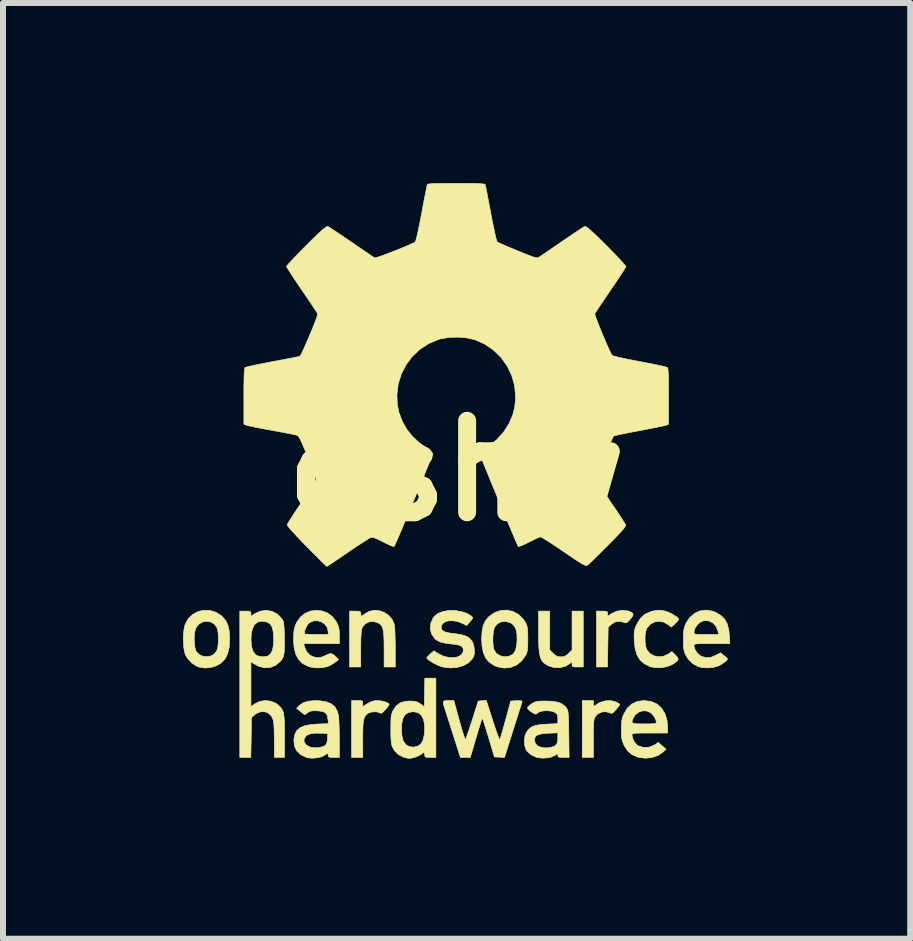
<source format=kicad_pcb>
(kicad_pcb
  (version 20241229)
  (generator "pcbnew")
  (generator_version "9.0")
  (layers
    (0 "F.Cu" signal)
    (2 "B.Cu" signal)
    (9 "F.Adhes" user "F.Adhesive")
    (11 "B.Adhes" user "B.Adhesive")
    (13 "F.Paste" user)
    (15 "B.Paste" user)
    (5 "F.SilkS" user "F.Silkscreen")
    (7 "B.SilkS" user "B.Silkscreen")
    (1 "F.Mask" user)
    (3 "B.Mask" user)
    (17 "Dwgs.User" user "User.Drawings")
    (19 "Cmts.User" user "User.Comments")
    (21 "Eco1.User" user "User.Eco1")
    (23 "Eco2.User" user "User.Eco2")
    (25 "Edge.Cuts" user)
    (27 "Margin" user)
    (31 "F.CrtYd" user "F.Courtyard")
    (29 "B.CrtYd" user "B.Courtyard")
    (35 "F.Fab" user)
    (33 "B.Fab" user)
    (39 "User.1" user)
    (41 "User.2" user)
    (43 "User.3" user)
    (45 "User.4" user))
  (footprint "oshw"
    (layer "F.Cu")
    (at 4.553 4.797)
    (property "Reference" "oshw" (at 0 0 0) (layer "F.SilkS") (effects (font (size 1.524 1.524) (thickness 0.3))))
    (attr through_hole)
    (fp_poly (pts (xy 2.861 2.334) (xy 2.867 2.336) (xy 2.923 2.358) (xy 2.947 2.383) (xy 2.942 2.416) (xy 2.908 2.462) (xy 2.899 2.472) (xy 2.861 2.513) (xy 2.835 2.532) (xy 2.814 2.532) (xy 2.799 2.526) (xy 2.728 2.506) (xy 2.654 2.516) (xy 2.588 2.555) (xy 2.587 2.556) (xy 2.532 2.605) (xy 2.526 2.937) (xy 2.521 3.268) (xy 2.337 3.268) (xy 2.337 2.337) (xy 2.43 2.337) (xy 2.483 2.338) (xy 2.511 2.344) (xy 2.522 2.358) (xy 2.523 2.379) (xy 2.523 2.422) (xy 2.59 2.377) (xy 2.676 2.338) (xy 2.771 2.323) (xy 2.861 2.334)) (stroke (width 0.01) (type solid)) (fill yes) (layer "F.SilkS"))
    (fp_poly (pts (xy 2.286 3.88) (xy 2.288 3.915) (xy 2.297 3.922) (xy 2.316 3.908) (xy 2.397 3.857) (xy 2.491 3.831) (xy 2.587 3.83) (xy 2.669 3.854) (xy 2.706 3.874) (xy 2.725 3.89) (xy 2.726 3.892) (xy 2.716 3.91) (xy 2.69 3.945) (xy 2.662 3.978) (xy 2.624 4.019) (xy 2.599 4.038) (xy 2.577 4.039) (xy 2.562 4.033) (xy 2.492 4.013) (xy 2.42 4.02) (xy 2.356 4.051) (xy 2.314 4.098) (xy 2.304 4.12) (xy 2.296 4.151) (xy 2.291 4.195) (xy 2.288 4.257) (xy 2.286 4.344) (xy 2.286 4.458) (xy 2.286 4.775) (xy 2.1 4.775) (xy 2.1 3.827) (xy 2.286 3.827) (xy 2.286 3.88)) (stroke (width 0.01) (type solid)) (fill yes) (layer "F.SilkS"))
    (fp_poly (pts (xy 1.558 2.984) (xy 1.615 3.041) (xy 1.66 3.079) (xy 1.702 3.096) (xy 1.744 3.099) (xy 1.796 3.094) (xy 1.837 3.073) (xy 1.873 3.041) (xy 1.93 2.984) (xy 1.93 2.337) (xy 2.117 2.337) (xy 2.117 3.268) (xy 2.024 3.268) (xy 1.97 3.267) (xy 1.943 3.261) (xy 1.932 3.247) (xy 1.93 3.223) (xy 1.928 3.193) (xy 1.917 3.191) (xy 1.9 3.206) (xy 1.822 3.255) (xy 1.729 3.279) (xy 1.632 3.278) (xy 1.549 3.253) (xy 1.497 3.226) (xy 1.456 3.196) (xy 1.425 3.158) (xy 1.402 3.108) (xy 1.387 3.042) (xy 1.378 2.955) (xy 1.373 2.844) (xy 1.372 2.703) (xy 1.372 2.684) (xy 1.372 2.337) (xy 1.558 2.337) (xy 1.558 2.984)) (stroke (width 0.01) (type solid)) (fill yes) (layer "F.SilkS"))
    (fp_poly (pts (xy -1.598 3.828) (xy -1.57 3.833) (xy -1.56 3.848) (xy -1.558 3.877) (xy -1.558 3.877) (xy -1.558 3.928) (xy -1.478 3.877) (xy -1.411 3.842) (xy -1.347 3.828) (xy -1.317 3.827) (xy -1.258 3.832) (xy -1.199 3.845) (xy -1.151 3.862) (xy -1.122 3.882) (xy -1.118 3.892) (xy -1.128 3.912) (xy -1.155 3.948) (xy -1.184 3.981) (xy -1.224 4.023) (xy -1.249 4.04) (xy -1.267 4.038) (xy -1.272 4.034) (xy -1.308 4.019) (xy -1.361 4.014) (xy -1.418 4.02) (xy -1.464 4.036) (xy -1.47 4.04) (xy -1.499 4.064) (xy -1.521 4.092) (xy -1.537 4.129) (xy -1.548 4.18) (xy -1.554 4.25) (xy -1.557 4.344) (xy -1.558 4.467) (xy -1.558 4.775) (xy -1.744 4.775) (xy -1.744 3.827) (xy -1.651 3.827) (xy -1.598 3.828)) (stroke (width 0.01) (type solid)) (fill yes) (layer "F.SilkS"))
    (fp_poly (pts (xy -1.285 2.329) (xy -1.2 2.358) (xy -1.125 2.409) (xy -1.066 2.478) (xy -1.034 2.553) (xy -1.028 2.59) (xy -1.023 2.654) (xy -1.02 2.738) (xy -1.017 2.837) (xy -1.016 2.942) (xy -1.016 3.268) (xy -1.202 3.268) (xy -1.202 2.971) (xy -1.203 2.843) (xy -1.207 2.745) (xy -1.215 2.671) (xy -1.227 2.617) (xy -1.246 2.579) (xy -1.271 2.552) (xy -1.302 2.533) (xy -1.377 2.51) (xy -1.45 2.515) (xy -1.514 2.547) (xy -1.561 2.602) (xy -1.568 2.617) (xy -1.577 2.652) (xy -1.584 2.704) (xy -1.589 2.78) (xy -1.591 2.882) (xy -1.592 2.971) (xy -1.592 3.268) (xy -1.778 3.268) (xy -1.778 2.337) (xy -1.685 2.337) (xy -1.632 2.338) (xy -1.604 2.344) (xy -1.593 2.358) (xy -1.592 2.379) (xy -1.587 2.413) (xy -1.572 2.418) (xy -1.54 2.396) (xy -1.534 2.39) (xy -1.458 2.343) (xy -1.373 2.323) (xy -1.285 2.329)) (stroke (width 0.01) (type solid)) (fill yes) (layer "F.SilkS"))
    (fp_poly (pts (xy 3.436 2.326) (xy 3.471 2.334) (xy 3.525 2.351) (xy 3.584 2.378) (xy 3.639 2.409) (xy 3.683 2.44) (xy 3.706 2.466) (xy 3.708 2.473) (xy 3.697 2.493) (xy 3.667 2.525) (xy 3.645 2.547) (xy 3.582 2.604) (xy 3.534 2.564) (xy 3.46 2.521) (xy 3.38 2.507) (xy 3.301 2.519) (xy 3.232 2.557) (xy 3.178 2.619) (xy 3.173 2.628) (xy 3.155 2.686) (xy 3.146 2.764) (xy 3.147 2.848) (xy 3.157 2.924) (xy 3.174 2.978) (xy 3.224 3.04) (xy 3.292 3.081) (xy 3.372 3.097) (xy 3.455 3.088) (xy 3.533 3.052) (xy 3.538 3.049) (xy 3.593 3.01) (xy 3.654 3.07) (xy 3.687 3.108) (xy 3.699 3.138) (xy 3.686 3.165) (xy 3.647 3.197) (xy 3.594 3.229) (xy 3.514 3.262) (xy 3.417 3.279) (xy 3.319 3.28) (xy 3.234 3.263) (xy 3.23 3.262) (xy 3.134 3.214) (xy 3.062 3.15) (xy 3.011 3.066) (xy 2.98 2.959) (xy 2.966 2.825) (xy 2.966 2.822) (xy 2.964 2.744) (xy 2.966 2.688) (xy 2.973 2.645) (xy 2.987 2.603) (xy 3.011 2.552) (xy 3.012 2.549) (xy 3.071 2.455) (xy 3.144 2.389) (xy 3.237 2.347) (xy 3.289 2.333) (xy 3.367 2.322) (xy 3.436 2.326)) (stroke (width 0.01) (type solid)) (fill yes) (layer "F.SilkS"))
    (fp_poly (pts (xy 0.946 2.343) (xy 1.038 2.392) (xy 1.116 2.468) (xy 1.156 2.53) (xy 1.172 2.565) (xy 1.183 2.602) (xy 1.189 2.649) (xy 1.192 2.715) (xy 1.193 2.802) (xy 1.192 2.893) (xy 1.189 2.958) (xy 1.183 3.005) (xy 1.172 3.041) (xy 1.157 3.073) (xy 1.089 3.168) (xy 1.003 3.236) (xy 0.905 3.276) (xy 0.798 3.286) (xy 0.688 3.266) (xy 0.632 3.242) (xy 0.55 3.189) (xy 0.49 3.118) (xy 0.45 3.027) (xy 0.429 2.913) (xy 0.425 2.831) (xy 0.61 2.831) (xy 0.615 2.91) (xy 0.626 2.972) (xy 0.629 2.979) (xy 0.666 3.038) (xy 0.724 3.078) (xy 0.795 3.097) (xy 0.87 3.091) (xy 0.905 3.079) (xy 0.952 3.047) (xy 0.984 2.997) (xy 1.004 2.924) (xy 1.013 2.84) (xy 1.012 2.723) (xy 0.993 2.633) (xy 0.955 2.569) (xy 0.907 2.533) (xy 0.827 2.51) (xy 0.751 2.515) (xy 0.687 2.547) (xy 0.641 2.602) (xy 0.634 2.617) (xy 0.62 2.672) (xy 0.612 2.747) (xy 0.61 2.831) (xy 0.425 2.831) (xy 0.423 2.801) (xy 0.43 2.678) (xy 0.449 2.579) (xy 0.485 2.5) (xy 0.539 2.434) (xy 0.549 2.425) (xy 0.641 2.36) (xy 0.742 2.326) (xy 0.845 2.32) (xy 0.946 2.343)) (stroke (width 0.01) (type solid)) (fill yes) (layer "F.SilkS"))
    (fp_poly (pts (xy -4.104 2.325) (xy -4.005 2.356) (xy -3.913 2.414) (xy -3.901 2.425) (xy -3.845 2.49) (xy -3.806 2.567) (xy -3.784 2.662) (xy -3.776 2.782) (xy -3.776 2.801) (xy -3.784 2.938) (xy -3.809 3.047) (xy -3.853 3.134) (xy -3.917 3.2) (xy -3.985 3.242) (xy -4.081 3.275) (xy -4.185 3.285) (xy -4.283 3.27) (xy -4.318 3.258) (xy -4.407 3.202) (xy -4.481 3.119) (xy -4.509 3.073) (xy -4.529 3.014) (xy -4.542 2.931) (xy -4.548 2.835) (xy -4.547 2.777) (xy -4.367 2.777) (xy -4.365 2.86) (xy -4.356 2.937) (xy -4.339 2.997) (xy -4.33 3.015) (xy -4.273 3.069) (xy -4.201 3.095) (xy -4.122 3.094) (xy -4.062 3.072) (xy -4.019 3.037) (xy -3.987 2.989) (xy -3.986 2.988) (xy -3.972 2.93) (xy -3.964 2.852) (xy -3.964 2.766) (xy -3.97 2.686) (xy -3.984 2.624) (xy -3.986 2.617) (xy -4.027 2.557) (xy -4.085 2.52) (xy -4.151 2.507) (xy -4.219 2.516) (xy -4.281 2.548) (xy -4.329 2.602) (xy -4.345 2.634) (xy -4.36 2.698) (xy -4.367 2.777) (xy -4.547 2.777) (xy -4.547 2.736) (xy -4.537 2.643) (xy -4.521 2.567) (xy -4.516 2.554) (xy -4.464 2.461) (xy -4.391 2.391) (xy -4.303 2.344) (xy -4.205 2.322) (xy -4.104 2.325)) (stroke (width 0.01) (type solid)) (fill yes) (layer "F.SilkS"))
    (fp_poly (pts (xy -2.236 2.334) (xy -2.144 2.369) (xy -2.064 2.428) (xy -2 2.511) (xy -1.995 2.521) (xy -1.969 2.576) (xy -1.955 2.626) (xy -1.948 2.685) (xy -1.947 2.745) (xy -1.947 2.879) (xy -2.541 2.879) (xy -2.53 2.925) (xy -2.496 3.01) (xy -2.44 3.069) (xy -2.401 3.09) (xy -2.335 3.111) (xy -2.278 3.112) (xy -2.216 3.093) (xy -2.176 3.074) (xy -2.119 3.049) (xy -2.078 3.046) (xy -2.04 3.066) (xy -2.001 3.104) (xy -1.962 3.146) (xy -2.022 3.192) (xy -2.077 3.228) (xy -2.135 3.257) (xy -2.146 3.261) (xy -2.224 3.278) (xy -2.315 3.283) (xy -2.404 3.275) (xy -2.457 3.262) (xy -2.553 3.214) (xy -2.625 3.145) (xy -2.675 3.054) (xy -2.703 2.939) (xy -2.711 2.819) (xy -2.709 2.724) (xy -2.707 2.699) (xy -2.531 2.699) (xy -2.529 2.714) (xy -2.51 2.719) (xy -2.464 2.723) (xy -2.398 2.725) (xy -2.327 2.726) (xy -2.134 2.726) (xy -2.134 2.682) (xy -2.149 2.613) (xy -2.188 2.556) (xy -2.246 2.517) (xy -2.313 2.497) (xy -2.383 2.501) (xy -2.449 2.532) (xy -2.455 2.536) (xy -2.48 2.567) (xy -2.504 2.612) (xy -2.523 2.66) (xy -2.531 2.699) (xy -2.707 2.699) (xy -2.702 2.652) (xy -2.687 2.591) (xy -2.663 2.532) (xy -2.657 2.521) (xy -2.597 2.436) (xy -2.519 2.374) (xy -2.429 2.336) (xy -2.333 2.323) (xy -2.236 2.334)) (stroke (width 0.01) (type solid)) (fill yes) (layer "F.SilkS"))
    (fp_poly (pts (xy -0.339 4.775) (xy -0.432 4.775) (xy -0.485 4.774) (xy -0.513 4.768) (xy -0.523 4.754) (xy -0.525 4.733) (xy -0.529 4.699) (xy -0.546 4.694) (xy -0.578 4.718) (xy -0.623 4.746) (xy -0.686 4.772) (xy -0.75 4.788) (xy -0.779 4.791) (xy -0.823 4.785) (xy -0.877 4.771) (xy -0.886 4.767) (xy -0.973 4.721) (xy -1.037 4.65) (xy -1.06 4.608) (xy -1.073 4.575) (xy -1.082 4.532) (xy -1.087 4.473) (xy -1.09 4.391) (xy -1.09 4.312) (xy -0.912 4.312) (xy -0.905 4.412) (xy -0.885 4.495) (xy -0.878 4.51) (xy -0.837 4.564) (xy -0.776 4.596) (xy -0.706 4.604) (xy -0.634 4.584) (xy -0.629 4.582) (xy -0.583 4.544) (xy -0.552 4.483) (xy -0.533 4.396) (xy -0.529 4.366) (xy -0.527 4.242) (xy -0.544 4.144) (xy -0.581 4.073) (xy -0.637 4.029) (xy -0.713 4.013) (xy -0.72 4.013) (xy -0.796 4.026) (xy -0.852 4.063) (xy -0.889 4.128) (xy -0.907 4.207) (xy -0.912 4.312) (xy -1.09 4.312) (xy -1.09 4.31) (xy -1.09 4.212) (xy -1.088 4.141) (xy -1.084 4.09) (xy -1.076 4.051) (xy -1.063 4.017) (xy -1.054 3.996) (xy -1.002 3.918) (xy -0.935 3.866) (xy -0.849 3.84) (xy -0.778 3.835) (xy -0.711 3.838) (xy -0.663 3.847) (xy -0.623 3.866) (xy -0.599 3.882) (xy -0.533 3.929) (xy -0.529 3.692) (xy -0.524 3.454) (xy -0.339 3.454) (xy -0.339 4.775)) (stroke (width 0.01) (type solid)) (fill yes) (layer "F.SilkS"))
    (fp_poly (pts (xy -0.015 2.327) (xy 0.089 2.345) (xy 0.184 2.378) (xy 0.257 2.424) (xy 0.272 2.44) (xy 0.271 2.458) (xy 0.251 2.487) (xy 0.23 2.512) (xy 0.175 2.577) (xy 0.108 2.543) (xy 0.024 2.511) (xy -0.058 2.497) (xy -0.134 2.5) (xy -0.195 2.52) (xy -0.236 2.557) (xy -0.247 2.583) (xy -0.25 2.627) (xy -0.229 2.66) (xy -0.184 2.685) (xy -0.11 2.702) (xy -0.033 2.711) (xy 0.085 2.729) (xy 0.174 2.758) (xy 0.236 2.801) (xy 0.277 2.862) (xy 0.298 2.943) (xy 0.301 2.976) (xy 0.303 3.039) (xy 0.294 3.083) (xy 0.273 3.124) (xy 0.268 3.133) (xy 0.204 3.198) (xy 0.118 3.246) (xy 0.016 3.275) (xy -0.095 3.284) (xy -0.206 3.272) (xy -0.266 3.255) (xy -0.326 3.23) (xy -0.386 3.199) (xy -0.439 3.166) (xy -0.477 3.138) (xy -0.491 3.117) (xy -0.491 3.117) (xy -0.479 3.098) (xy -0.45 3.067) (xy -0.432 3.05) (xy -0.372 2.998) (xy -0.294 3.048) (xy -0.214 3.087) (xy -0.132 3.108) (xy -0.052 3.113) (xy 0.019 3.101) (xy 0.074 3.074) (xy 0.109 3.032) (xy 0.119 2.99) (xy 0.111 2.948) (xy 0.083 2.919) (xy 0.032 2.9) (xy -0.047 2.888) (xy -0.054 2.888) (xy -0.162 2.875) (xy -0.243 2.858) (xy -0.302 2.835) (xy -0.347 2.805) (xy -0.357 2.795) (xy -0.409 2.721) (xy -0.433 2.636) (xy -0.426 2.547) (xy -0.39 2.461) (xy -0.362 2.422) (xy -0.301 2.374) (xy -0.217 2.342) (xy -0.12 2.326) (xy -0.015 2.327)) (stroke (width 0.01) (type solid)) (fill yes) (layer "F.SilkS"))
    (fp_poly (pts (xy -2.288 3.83) (xy -2.172 3.846) (xy -2.084 3.881) (xy -2.02 3.935) (xy -1.979 4.011) (xy -1.963 4.076) (xy -1.958 4.119) (xy -1.954 4.189) (xy -1.951 4.279) (xy -1.949 4.38) (xy -1.948 4.466) (xy -1.947 4.775) (xy -2.04 4.775) (xy -2.094 4.774) (xy -2.122 4.767) (xy -2.133 4.753) (xy -2.134 4.741) (xy -2.136 4.715) (xy -2.149 4.711) (xy -2.178 4.727) (xy -2.2 4.743) (xy -2.25 4.766) (xy -2.32 4.781) (xy -2.397 4.788) (xy -2.466 4.783) (xy -2.492 4.777) (xy -2.588 4.731) (xy -2.657 4.668) (xy -2.696 4.587) (xy -2.706 4.49) (xy -2.706 4.477) (xy -2.704 4.468) (xy -2.536 4.468) (xy -2.535 4.517) (xy -2.506 4.561) (xy -2.452 4.595) (xy -2.418 4.606) (xy -2.352 4.614) (xy -2.282 4.61) (xy -2.22 4.595) (xy -2.179 4.573) (xy -2.154 4.526) (xy -2.145 4.46) (xy -2.142 4.377) (xy -2.252 4.372) (xy -2.356 4.371) (xy -2.432 4.382) (xy -2.486 4.404) (xy -2.507 4.421) (xy -2.536 4.468) (xy -2.704 4.468) (xy -2.69 4.393) (xy -2.658 4.328) (xy -2.605 4.281) (xy -2.529 4.248) (xy -2.426 4.228) (xy -2.314 4.219) (xy -2.13 4.212) (xy -2.138 4.136) (xy -2.15 4.075) (xy -2.175 4.036) (xy -2.218 4.013) (xy -2.286 4.001) (xy -2.313 3.999) (xy -2.378 3.997) (xy -2.422 4.002) (xy -2.455 4.016) (xy -2.474 4.029) (xy -2.524 4.066) (xy -2.592 4.012) (xy -2.661 3.958) (xy -2.616 3.911) (xy -2.55 3.864) (xy -2.46 3.837) (xy -2.344 3.828) (xy -2.288 3.83)) (stroke (width 0.01) (type solid)) (fill yes) (layer "F.SilkS"))
    (fp_poly (pts (xy 4.274 2.338) (xy 4.318 2.355) (xy 4.408 2.407) (xy 4.474 2.472) (xy 4.518 2.555) (xy 4.543 2.661) (xy 4.551 2.738) (xy 4.56 2.879) (xy 4.261 2.879) (xy 4.154 2.879) (xy 4.076 2.879) (xy 4.023 2.881) (xy 3.99 2.885) (xy 3.972 2.891) (xy 3.964 2.9) (xy 3.962 2.913) (xy 3.962 2.917) (xy 3.977 2.974) (xy 4.013 3.031) (xy 4.063 3.077) (xy 4.089 3.091) (xy 4.166 3.113) (xy 4.239 3.108) (xy 4.32 3.076) (xy 4.325 3.073) (xy 4.404 3.031) (xy 4.463 3.078) (xy 4.498 3.108) (xy 4.519 3.129) (xy 4.521 3.134) (xy 4.507 3.157) (xy 4.472 3.188) (xy 4.423 3.221) (xy 4.369 3.25) (xy 4.287 3.274) (xy 4.191 3.283) (xy 4.095 3.277) (xy 4.034 3.262) (xy 3.943 3.212) (xy 3.866 3.137) (xy 3.825 3.07) (xy 3.806 3.027) (xy 3.794 2.984) (xy 3.787 2.932) (xy 3.785 2.86) (xy 3.785 2.811) (xy 3.786 2.726) (xy 3.788 2.691) (xy 3.962 2.691) (xy 3.964 2.706) (xy 3.973 2.716) (xy 3.995 2.722) (xy 4.035 2.725) (xy 4.1 2.726) (xy 4.168 2.726) (xy 4.373 2.726) (xy 4.362 2.672) (xy 4.332 2.594) (xy 4.28 2.536) (xy 4.213 2.501) (xy 4.136 2.495) (xy 4.123 2.497) (xy 4.064 2.523) (xy 4.011 2.572) (xy 3.974 2.634) (xy 3.962 2.691) (xy 3.788 2.691) (xy 3.79 2.665) (xy 3.799 2.617) (xy 3.814 2.572) (xy 3.829 2.538) (xy 3.89 2.444) (xy 3.97 2.375) (xy 4.064 2.333) (xy 4.167 2.32) (xy 4.274 2.338)) (stroke (width 0.01) (type solid)) (fill yes) (layer "F.SilkS"))
    (fp_poly (pts (xy 0.608 4.158) (xy 0.64 4.257) (xy 0.669 4.343) (xy 0.694 4.412) (xy 0.713 4.459) (xy 0.724 4.479) (xy 0.725 4.479) (xy 0.733 4.46) (xy 0.747 4.414) (xy 0.768 4.345) (xy 0.792 4.259) (xy 0.819 4.161) (xy 0.822 4.152) (xy 0.908 3.835) (xy 1.007 3.83) (xy 1.063 3.829) (xy 1.092 3.834) (xy 1.098 3.846) (xy 1.098 3.847) (xy 1.091 3.869) (xy 1.075 3.918) (xy 1.052 3.991) (xy 1.023 4.083) (xy 0.989 4.19) (xy 0.952 4.308) (xy 0.947 4.323) (xy 0.804 4.776) (xy 0.72 4.771) (xy 0.636 4.767) (xy 0.54 4.448) (xy 0.51 4.35) (xy 0.483 4.263) (xy 0.461 4.193) (xy 0.445 4.145) (xy 0.437 4.123) (xy 0.437 4.122) (xy 0.429 4.135) (xy 0.415 4.174) (xy 0.395 4.235) (xy 0.372 4.31) (xy 0.366 4.331) (xy 0.338 4.424) (xy 0.31 4.518) (xy 0.286 4.601) (xy 0.268 4.661) (xy 0.234 4.775) (xy 0.069 4.775) (xy -0.051 4.398) (xy -0.087 4.287) (xy -0.12 4.181) (xy -0.15 4.088) (xy -0.174 4.013) (xy -0.191 3.961) (xy -0.196 3.947) (xy -0.214 3.886) (xy -0.217 3.85) (xy -0.202 3.833) (xy -0.164 3.827) (xy -0.13 3.827) (xy -0.039 3.827) (xy 0.051 4.158) (xy 0.079 4.257) (xy 0.104 4.343) (xy 0.126 4.411) (xy 0.143 4.457) (xy 0.152 4.475) (xy 0.154 4.475) (xy 0.163 4.456) (xy 0.18 4.409) (xy 0.204 4.34) (xy 0.232 4.255) (xy 0.264 4.158) (xy 0.267 4.149) (xy 0.367 3.835) (xy 0.434 3.83) (xy 0.501 3.825) (xy 0.608 4.158)) (stroke (width 0.01) (type solid)) (fill yes) (layer "F.SilkS"))
    (fp_poly (pts (xy 3.247 3.842) (xy 3.344 3.885) (xy 3.422 3.954) (xy 3.479 4.046) (xy 3.513 4.16) (xy 3.522 4.27) (xy 3.522 4.369) (xy 3.226 4.369) (xy 3.119 4.369) (xy 3.042 4.37) (xy 2.989 4.372) (xy 2.956 4.376) (xy 2.938 4.382) (xy 2.931 4.391) (xy 2.929 4.403) (xy 2.929 4.404) (xy 2.941 4.461) (xy 2.971 4.52) (xy 3.01 4.566) (xy 3.029 4.58) (xy 3.118 4.608) (xy 3.21 4.605) (xy 3.295 4.572) (xy 3.307 4.565) (xy 3.367 4.524) (xy 3.432 4.582) (xy 3.497 4.639) (xy 3.442 4.689) (xy 3.361 4.743) (xy 3.261 4.777) (xy 3.152 4.788) (xy 3.043 4.774) (xy 3.02 4.768) (xy 2.929 4.728) (xy 2.859 4.67) (xy 2.804 4.586) (xy 2.799 4.576) (xy 2.777 4.527) (xy 2.763 4.483) (xy 2.755 4.434) (xy 2.752 4.369) (xy 2.752 4.31) (xy 2.754 4.223) (xy 2.757 4.181) (xy 2.929 4.181) (xy 2.938 4.2) (xy 2.968 4.211) (xy 3.022 4.215) (xy 3.105 4.216) (xy 3.133 4.216) (xy 3.22 4.216) (xy 3.279 4.214) (xy 3.314 4.209) (xy 3.331 4.201) (xy 3.336 4.19) (xy 3.336 4.19) (xy 3.324 4.143) (xy 3.293 4.088) (xy 3.251 4.04) (xy 3.241 4.032) (xy 3.178 4.002) (xy 3.107 3.999) (xy 3.039 4.021) (xy 2.983 4.066) (xy 2.955 4.108) (xy 2.936 4.151) (xy 2.929 4.181) (xy 2.757 4.181) (xy 2.759 4.16) (xy 2.77 4.109) (xy 2.788 4.062) (xy 2.791 4.056) (xy 2.85 3.955) (xy 2.924 3.885) (xy 3.014 3.843) (xy 3.123 3.828) (xy 3.133 3.828) (xy 3.247 3.842)) (stroke (width 0.01) (type solid)) (fill yes) (layer "F.SilkS"))
    (fp_poly (pts (xy 1.611 3.84) (xy 1.699 3.856) (xy 1.765 3.884) (xy 1.817 3.927) (xy 1.836 3.951) (xy 1.847 3.968) (xy 1.856 3.989) (xy 1.863 4.017) (xy 1.867 4.058) (xy 1.871 4.116) (xy 1.873 4.196) (xy 1.875 4.301) (xy 1.876 4.387) (xy 1.881 4.775) (xy 1.787 4.775) (xy 1.733 4.774) (xy 1.705 4.768) (xy 1.694 4.754) (xy 1.693 4.741) (xy 1.692 4.719) (xy 1.682 4.717) (xy 1.655 4.735) (xy 1.645 4.742) (xy 1.591 4.767) (xy 1.517 4.782) (xy 1.436 4.787) (xy 1.36 4.779) (xy 1.338 4.773) (xy 1.254 4.735) (xy 1.188 4.68) (xy 1.16 4.639) (xy 1.139 4.57) (xy 1.135 4.49) (xy 1.304 4.49) (xy 1.319 4.545) (xy 1.361 4.585) (xy 1.424 4.61) (xy 1.503 4.617) (xy 1.583 4.606) (xy 1.641 4.585) (xy 1.676 4.55) (xy 1.691 4.494) (xy 1.693 4.448) (xy 1.693 4.365) (xy 1.533 4.372) (xy 1.438 4.379) (xy 1.371 4.394) (xy 1.33 4.417) (xy 1.309 4.451) (xy 1.304 4.49) (xy 1.135 4.49) (xy 1.135 4.489) (xy 1.147 4.409) (xy 1.173 4.351) (xy 1.213 4.301) (xy 1.259 4.265) (xy 1.319 4.242) (xy 1.398 4.228) (xy 1.504 4.22) (xy 1.51 4.22) (xy 1.693 4.212) (xy 1.693 4.142) (xy 1.69 4.094) (xy 1.683 4.059) (xy 1.68 4.054) (xy 1.641 4.022) (xy 1.581 4.003) (xy 1.511 3.996) (xy 1.44 4.001) (xy 1.379 4.018) (xy 1.338 4.048) (xy 1.335 4.052) (xy 1.317 4.053) (xy 1.284 4.037) (xy 1.245 4.012) (xy 1.21 3.983) (xy 1.188 3.958) (xy 1.186 3.95) (xy 1.199 3.929) (xy 1.232 3.9) (xy 1.256 3.882) (xy 1.291 3.861) (xy 1.324 3.847) (xy 1.363 3.839) (xy 1.419 3.836) (xy 1.497 3.835) (xy 1.611 3.84)) (stroke (width 0.01) (type solid)) (fill yes) (layer "F.SilkS"))
    (fp_poly (pts (xy -3.072 2.34) (xy -2.985 2.384) (xy -2.919 2.448) (xy -2.9 2.474) (xy -2.886 2.499) (xy -2.877 2.528) (xy -2.872 2.569) (xy -2.868 2.628) (xy -2.865 2.712) (xy -2.864 2.756) (xy -2.862 2.874) (xy -2.863 2.964) (xy -2.868 3.031) (xy -2.877 3.081) (xy -2.892 3.12) (xy -2.913 3.153) (xy -2.924 3.167) (xy -3.002 3.235) (xy -3.091 3.274) (xy -3.188 3.282) (xy -3.287 3.26) (xy -3.382 3.207) (xy -3.421 3.179) (xy -3.421 3.93) (xy -3.361 3.885) (xy -3.279 3.843) (xy -3.186 3.827) (xy -3.092 3.837) (xy -3.005 3.873) (xy -2.969 3.899) (xy -2.936 3.931) (xy -2.91 3.962) (xy -2.891 3.997) (xy -2.878 4.042) (xy -2.869 4.101) (xy -2.864 4.18) (xy -2.862 4.283) (xy -2.862 4.414) (xy -2.862 4.419) (xy -2.862 4.775) (xy -3.031 4.775) (xy -3.031 4.5) (xy -3.033 4.401) (xy -3.035 4.309) (xy -3.039 4.231) (xy -3.044 4.176) (xy -3.048 4.157) (xy -3.079 4.086) (xy -3.13 4.037) (xy -3.195 4.013) (xy -3.265 4.015) (xy -3.335 4.045) (xy -3.357 4.063) (xy -3.412 4.112) (xy -3.417 4.444) (xy -3.423 4.775) (xy -3.607 4.775) (xy -3.607 2.816) (xy -3.42 2.816) (xy -3.411 2.928) (xy -3.384 3.012) (xy -3.338 3.068) (xy -3.334 3.071) (xy -3.283 3.091) (xy -3.218 3.098) (xy -3.156 3.091) (xy -3.132 3.081) (xy -3.09 3.045) (xy -3.062 2.985) (xy -3.046 2.9) (xy -3.042 2.802) (xy -3.048 2.692) (xy -3.065 2.61) (xy -3.098 2.554) (xy -3.147 2.521) (xy -3.214 2.507) (xy -3.242 2.506) (xy -3.31 2.52) (xy -3.362 2.561) (xy -3.397 2.631) (xy -3.417 2.729) (xy -3.42 2.816) (xy -3.607 2.816) (xy -3.607 2.337) (xy -3.514 2.337) (xy -3.46 2.338) (xy -3.433 2.344) (xy -3.422 2.358) (xy -3.421 2.379) (xy -3.421 2.422) (xy -3.355 2.379) (xy -3.264 2.337) (xy -3.167 2.324) (xy -3.072 2.34)) (stroke (width 0.01) (type solid)) (fill yes) (layer "F.SilkS"))
    (fp_poly (pts (xy 0.147 -4.792) (xy 0.263 -4.791) (xy 0.352 -4.789) (xy 0.415 -4.785) (xy 0.456 -4.781) (xy 0.478 -4.776) (xy 0.483 -4.771) (xy 0.488 -4.749) (xy 0.499 -4.699) (xy 0.513 -4.624) (xy 0.531 -4.53) (xy 0.552 -4.42) (xy 0.575 -4.3) (xy 0.576 -4.293) (xy 0.599 -4.172) (xy 0.622 -4.062) (xy 0.642 -3.967) (xy 0.659 -3.892) (xy 0.673 -3.84) (xy 0.682 -3.817) (xy 0.682 -3.817) (xy 0.703 -3.805) (xy 0.751 -3.783) (xy 0.82 -3.753) (xy 0.906 -3.716) (xy 1.002 -3.676) (xy 1.022 -3.668) (xy 1.13 -3.624) (xy 1.211 -3.592) (xy 1.27 -3.57) (xy 1.311 -3.557) (xy 1.34 -3.552) (xy 1.36 -3.553) (xy 1.376 -3.56) (xy 1.386 -3.566) (xy 1.412 -3.584) (xy 1.462 -3.617) (xy 1.531 -3.664) (xy 1.614 -3.721) (xy 1.707 -3.784) (xy 1.773 -3.83) (xy 1.869 -3.895) (xy 1.957 -3.955) (xy 2.033 -4.005) (xy 2.092 -4.044) (xy 2.131 -4.068) (xy 2.143 -4.075) (xy 2.16 -4.071) (xy 2.19 -4.05) (xy 2.237 -4.011) (xy 2.301 -3.952) (xy 2.385 -3.871) (xy 2.49 -3.767) (xy 2.499 -3.758) (xy 2.586 -3.671) (xy 2.663 -3.591) (xy 2.73 -3.521) (xy 2.781 -3.465) (xy 2.815 -3.426) (xy 2.828 -3.408) (xy 2.828 -3.407) (xy 2.819 -3.388) (xy 2.793 -3.344) (xy 2.752 -3.281) (xy 2.7 -3.202) (xy 2.639 -3.11) (xy 2.574 -3.015) (xy 2.506 -2.915) (xy 2.444 -2.823) (xy 2.39 -2.744) (xy 2.349 -2.681) (xy 2.321 -2.638) (xy 2.31 -2.619) (xy 2.314 -2.597) (xy 2.329 -2.55) (xy 2.354 -2.484) (xy 2.385 -2.403) (xy 2.421 -2.314) (xy 2.46 -2.223) (xy 2.498 -2.134) (xy 2.533 -2.054) (xy 2.564 -1.989) (xy 2.587 -1.943) (xy 2.6 -1.924) (xy 2.621 -1.915) (xy 2.672 -1.902) (xy 2.746 -1.885) (xy 2.84 -1.865) (xy 2.949 -1.843) (xy 3.059 -1.822) (xy 3.177 -1.799) (xy 3.285 -1.778) (xy 3.377 -1.759) (xy 3.45 -1.743) (xy 3.499 -1.73) (xy 3.518 -1.723) (xy 3.525 -1.709) (xy 3.53 -1.677) (xy 3.534 -1.624) (xy 3.537 -1.547) (xy 3.538 -1.443) (xy 3.539 -1.309) (xy 3.539 -1.242) (xy 3.539 -0.778) (xy 3.501 -0.762) (xy 3.474 -0.755) (xy 3.419 -0.742) (xy 3.341 -0.726) (xy 3.244 -0.707) (xy 3.135 -0.686) (xy 3.05 -0.67) (xy 2.935 -0.648) (xy 2.832 -0.628) (xy 2.744 -0.61) (xy 2.677 -0.595) (xy 2.634 -0.584) (xy 2.622 -0.58) (xy 2.61 -0.558) (xy 2.589 -0.511) (xy 2.56 -0.444) (xy 2.526 -0.362) (xy 2.489 -0.271) (xy 2.452 -0.176) (xy 2.416 -0.085) (xy 2.385 -0.002) (xy 2.36 0.068) (xy 2.343 0.117) (xy 2.337 0.141) (xy 2.346 0.164) (xy 2.372 0.21) (xy 2.412 0.275) (xy 2.464 0.356) (xy 2.525 0.447) (xy 2.576 0.523) (xy 2.643 0.62) (xy 2.703 0.71) (xy 2.753 0.787) (xy 2.792 0.848) (xy 2.817 0.888) (xy 2.824 0.903) (xy 2.819 0.92) (xy 2.798 0.952) (xy 2.758 1) (xy 2.698 1.065) (xy 2.617 1.15) (xy 2.521 1.247) (xy 2.436 1.332) (xy 2.357 1.41) (xy 2.289 1.477) (xy 2.234 1.529) (xy 2.196 1.564) (xy 2.18 1.577) (xy 2.165 1.579) (xy 2.142 1.571) (xy 2.105 1.553) (xy 2.053 1.522) (xy 1.982 1.476) (xy 1.89 1.414) (xy 1.791 1.347) (xy 1.693 1.28) (xy 1.603 1.22) (xy 1.525 1.17) (xy 1.463 1.131) (xy 1.421 1.107) (xy 1.405 1.101) (xy 1.379 1.108) (xy 1.331 1.129) (xy 1.268 1.159) (xy 1.212 1.187) (xy 1.143 1.222) (xy 1.085 1.247) (xy 1.047 1.259) (xy 1.033 1.259) (xy 1.024 1.241) (xy 1.004 1.196) (xy 0.974 1.127) (xy 0.936 1.037) (xy 0.891 0.931) (xy 0.841 0.812) (xy 0.787 0.684) (xy 0.732 0.55) (xy 0.675 0.414) (xy 0.62 0.281) (xy 0.567 0.153) (xy 0.519 0.034) (xy 0.476 -0.071) (xy 0.44 -0.16) (xy 0.412 -0.229) (xy 0.395 -0.273) (xy 0.389 -0.29) (xy 0.402 -0.304) (xy 0.437 -0.333) (xy 0.488 -0.372) (xy 0.524 -0.397) (xy 0.674 -0.518) (xy 0.792 -0.649) (xy 0.881 -0.791) (xy 0.886 -0.803) (xy 0.942 -0.934) (xy 0.974 -1.06) (xy 0.988 -1.194) (xy 0.988 -1.253) (xy 0.971 -1.429) (xy 0.922 -1.596) (xy 0.846 -1.752) (xy 0.745 -1.892) (xy 0.621 -2.013) (xy 0.478 -2.111) (xy 0.318 -2.183) (xy 0.299 -2.189) (xy 0.167 -2.217) (xy 0.019 -2.229) (xy -0.13 -2.222) (xy -0.268 -2.198) (xy -0.299 -2.189) (xy -0.461 -2.12) (xy -0.606 -2.025) (xy -0.732 -1.907) (xy -0.836 -1.768) (xy -0.915 -1.614) (xy -0.967 -1.447) (xy -0.988 -1.272) (xy -0.988 -1.253) (xy -0.982 -1.11) (xy -0.957 -0.981) (xy -0.91 -0.853) (xy -0.887 -0.804) (xy -0.817 -0.683) (xy -0.729 -0.574) (xy -0.616 -0.469) (xy -0.532 -0.405) (xy -0.473 -0.361) (xy -0.426 -0.323) (xy -0.397 -0.298) (xy -0.389 -0.289) (xy -0.396 -0.27) (xy -0.414 -0.224) (xy -0.442 -0.154) (xy -0.478 -0.064) (xy -0.522 0.042) (xy -0.571 0.162) (xy -0.624 0.29) (xy -0.679 0.424) (xy -0.736 0.559) (xy -0.791 0.693) (xy -0.845 0.82) (xy -0.894 0.939) (xy -0.939 1.044) (xy -0.976 1.132) (xy -1.006 1.2) (xy -1.025 1.244) (xy -1.033 1.259) (xy -1.053 1.258) (xy -1.097 1.242) (xy -1.158 1.214) (xy -1.213 1.186) (xy -1.288 1.148) (xy -1.351 1.121) (xy -1.396 1.106) (xy -1.413 1.105) (xy -1.436 1.116) (xy -1.483 1.144) (xy -1.549 1.186) (xy -1.63 1.239) (xy -1.722 1.3) (xy -1.797 1.352) (xy -1.893 1.417) (xy -1.98 1.476) (xy -2.053 1.526) (xy -2.11 1.563) (xy -2.145 1.586) (xy -2.156 1.592) (xy -2.17 1.58) (xy -2.204 1.548) (xy -2.256 1.497) (xy -2.322 1.431) (xy -2.4 1.354) (xy -2.485 1.268) (xy -2.492 1.261) (xy -2.578 1.173) (xy -2.655 1.091) (xy -2.721 1.02) (xy -2.772 0.963) (xy -2.805 0.922) (xy -2.818 0.901) (xy -2.818 0.901) (xy -2.808 0.879) (xy -2.782 0.834) (xy -2.741 0.77) (xy -2.689 0.69) (xy -2.628 0.599) (xy -2.577 0.523) (xy -2.511 0.426) (xy -2.452 0.336) (xy -2.402 0.259) (xy -2.365 0.198) (xy -2.342 0.157) (xy -2.337 0.142) (xy -2.343 0.117) (xy -2.36 0.066) (xy -2.386 -0.006) (xy -2.42 -0.094) (xy -2.458 -0.194) (xy -2.475 -0.234) (xy -2.524 -0.355) (xy -2.563 -0.447) (xy -2.594 -0.514) (xy -2.618 -0.558) (xy -2.636 -0.583) (xy -2.648 -0.592) (xy -2.675 -0.598) (xy -2.729 -0.61) (xy -2.807 -0.626) (xy -2.902 -0.644) (xy -3.01 -0.664) (xy -3.073 -0.676) (xy -3.186 -0.696) (xy -3.289 -0.716) (xy -3.378 -0.734) (xy -3.446 -0.748) (xy -3.49 -0.759) (xy -3.501 -0.762) (xy -3.539 -0.778) (xy -3.539 -1.242) (xy -3.539 -1.389) (xy -3.537 -1.506) (xy -3.535 -1.594) (xy -3.532 -1.657) (xy -3.527 -1.698) (xy -3.521 -1.719) (xy -3.518 -1.723) (xy -3.496 -1.731) (xy -3.446 -1.743) (xy -3.371 -1.76) (xy -3.277 -1.779) (xy -3.169 -1.8) (xy -3.067 -1.82) (xy -2.95 -1.841) (xy -2.844 -1.862) (xy -2.752 -1.879) (xy -2.681 -1.893) (xy -2.634 -1.903) (xy -2.617 -1.907) (xy -2.608 -1.912) (xy -2.598 -1.923) (xy -2.585 -1.943) (xy -2.568 -1.976) (xy -2.545 -2.026) (xy -2.514 -2.095) (xy -2.474 -2.189) (xy -2.422 -2.309) (xy -2.384 -2.401) (xy -2.352 -2.484) (xy -2.327 -2.551) (xy -2.313 -2.599) (xy -2.31 -2.619) (xy -2.322 -2.64) (xy -2.351 -2.684) (xy -2.393 -2.748) (xy -2.447 -2.828) (xy -2.509 -2.92) (xy -2.574 -3.015) (xy -2.642 -3.114) (xy -2.703 -3.206) (xy -2.754 -3.284) (xy -2.794 -3.347) (xy -2.819 -3.389) (xy -2.828 -3.407) (xy -2.816 -3.425) (xy -2.784 -3.462) (xy -2.733 -3.517) (xy -2.668 -3.586) (xy -2.591 -3.665) (xy -2.505 -3.752) (xy -2.499 -3.758) (xy -2.394 -3.862) (xy -2.311 -3.943) (xy -2.246 -4.003) (xy -2.198 -4.044) (xy -2.166 -4.067) (xy -2.146 -4.075) (xy -2.142 -4.075) (xy -2.121 -4.063) (xy -2.076 -4.034) (xy -2.011 -3.991) (xy -1.93 -3.937) (xy -1.838 -3.875) (xy -1.747 -3.813) (xy -1.648 -3.745) (xy -1.557 -3.683) (xy -1.479 -3.63) (xy -1.417 -3.588) (xy -1.376 -3.56) (xy -1.36 -3.55) (xy -1.339 -3.553) (xy -1.293 -3.567) (xy -1.228 -3.59) (xy -1.148 -3.619) (xy -1.061 -3.653) (xy -0.97 -3.688) (xy -0.883 -3.724) (xy -0.805 -3.757) (xy -0.741 -3.786) (xy -0.698 -3.807) (xy -0.682 -3.817) (xy -0.674 -3.838) (xy -0.66 -3.888) (xy -0.643 -3.962) (xy -0.623 -4.056) (xy -0.601 -4.166) (xy -0.577 -4.286) (xy -0.576 -4.293) (xy -0.554 -4.414) (xy -0.533 -4.524) (xy -0.514 -4.619) (xy -0.499 -4.695) (xy -0.489 -4.747) (xy -0.483 -4.771) (xy -0.483 -4.771) (xy -0.473 -4.778) (xy -0.445 -4.783) (xy -0.398 -4.787) (xy -0.327 -4.789) (xy -0.23 -4.791) (xy -0.104 -4.792) (xy 0 -4.792) (xy 0.147 -4.792)) (stroke (width 0.01) (type solid)) (fill yes) (layer "F.SilkS")))
  (gr_rect
    (start -3 -3)
    (end 12.118 12.593)
    (stroke (width 0.1) (type default))
    (fill no)
    (layer "Edge.Cuts")))
</source>
